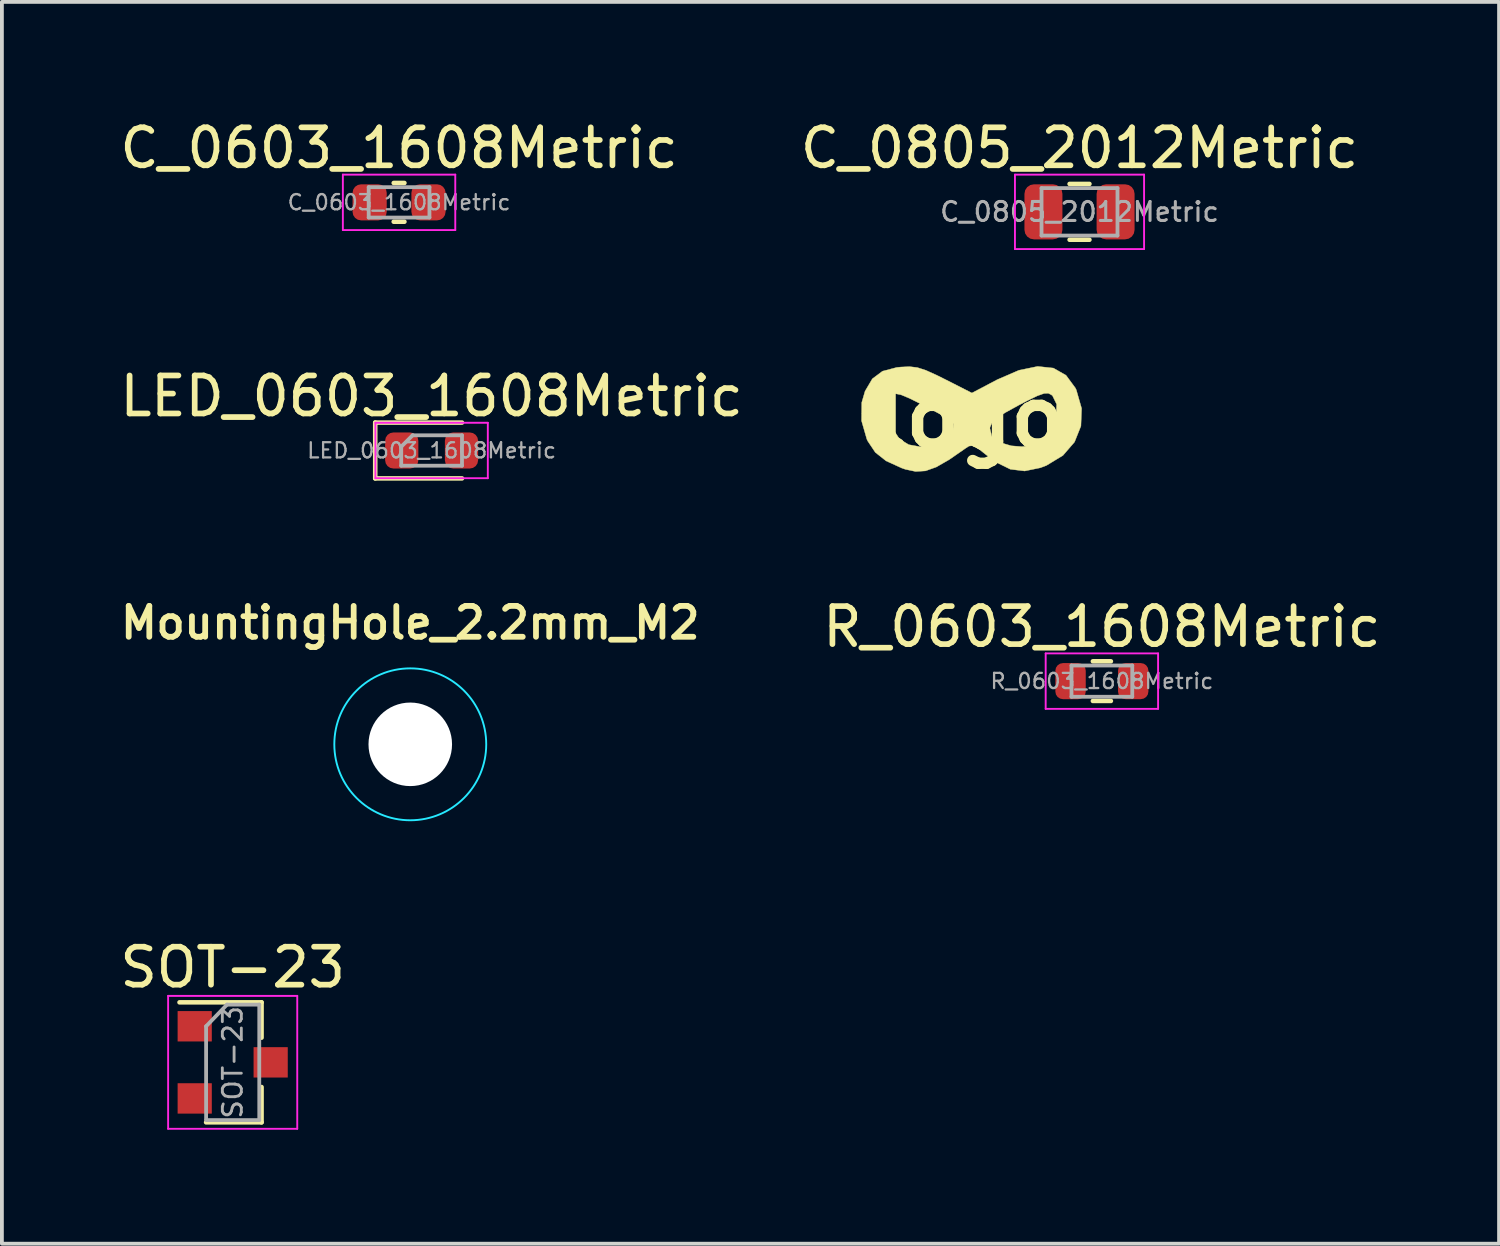
<source format=kicad_pcb>
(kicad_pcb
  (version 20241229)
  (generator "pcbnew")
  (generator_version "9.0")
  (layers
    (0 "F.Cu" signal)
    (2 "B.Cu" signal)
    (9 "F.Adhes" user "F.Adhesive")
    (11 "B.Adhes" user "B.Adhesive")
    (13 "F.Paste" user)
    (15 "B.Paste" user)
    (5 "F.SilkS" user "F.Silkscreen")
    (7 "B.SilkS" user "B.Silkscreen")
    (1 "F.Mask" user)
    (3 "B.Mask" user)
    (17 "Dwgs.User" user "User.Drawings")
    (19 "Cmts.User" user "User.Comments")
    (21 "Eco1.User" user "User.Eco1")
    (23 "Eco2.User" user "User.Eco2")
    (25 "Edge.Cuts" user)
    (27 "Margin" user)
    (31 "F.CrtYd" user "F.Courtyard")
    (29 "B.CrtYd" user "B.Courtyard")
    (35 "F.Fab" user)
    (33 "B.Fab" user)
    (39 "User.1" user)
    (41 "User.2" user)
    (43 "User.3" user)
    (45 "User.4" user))
  (footprint "logo"
    (layer "F.Cu")
    (at 22.491 7.951)
    (property "Reference" "logo" (at 0 0 0) (layer "F.SilkS") (effects (font (size 1.524 1.524) (thickness 0.3))))
    (attr through_hole)
    (fp_poly (pts (xy 2.196 -1.309) (xy 2.528 -1.12) (xy 2.775 -0.785) (xy 2.799 -0.735) (xy 2.939 -0.247) (xy 2.921 0.218) (xy 2.753 0.638) (xy 2.447 0.992) (xy 2.012 1.256) (xy 1.853 1.316) (xy 1.44 1.401) (xy 1.063 1.355) (xy 0.684 1.169) (xy 0.418 0.969) (xy 0.208 0.802) (xy 0.076 0.732) (xy -0.027 0.745) (xy -0.117 0.803) (xy -0.548 1.102) (xy -0.888 1.297) (xy -1.171 1.398) (xy -1.431 1.414) (xy -1.7 1.357) (xy -1.798 1.323) (xy -2.21 1.135) (xy -2.493 0.911) (xy -2.691 0.615) (xy -2.715 0.565) (xy -2.855 0.08) (xy -2.853 -0.116) (xy -2.195 -0.116) (xy -2.09 0.2) (xy -1.885 0.516) (xy -1.837 0.572) (xy -1.612 0.708) (xy -1.296 0.765) (xy -0.951 0.737) (xy -0.722 0.663) (xy -0.555 0.529) (xy -0.45 0.342) (xy -0.444 0.277) (xy 0.524 0.277) (xy 0.575 0.488) (xy 0.77 0.645) (xy 1.089 0.738) (xy 1.361 0.759) (xy 1.652 0.735) (xy 1.846 0.644) (xy 1.922 0.572) (xy 2.148 0.254) (xy 2.27 -0.068) (xy 2.282 -0.357) (xy 2.175 -0.577) (xy 2.147 -0.602) (xy 2.064 -0.646) (xy 1.95 -0.641) (xy 1.772 -0.578) (xy 1.499 -0.445) (xy 1.28 -0.33) (xy 0.929 -0.137) (xy 0.706 0.009) (xy 0.581 0.13) (xy 0.529 0.246) (xy 0.524 0.277) (xy -0.444 0.277) (xy -0.434 0.164) (xy -0.476 0.088) (xy -0.58 0.021) (xy -0.798 -0.102) (xy -1.089 -0.258) (xy -1.247 -0.341) (xy -1.589 -0.511) (xy -1.816 -0.606) (xy -1.961 -0.635) (xy -2.055 -0.607) (xy -2.073 -0.594) (xy -2.192 -0.394) (xy -2.195 -0.116) (xy -2.853 -0.116) (xy -2.85 -0.402) (xy -2.763 -0.701) (xy -2.571 -1.027) (xy -2.304 -1.227) (xy -1.928 -1.326) (xy -1.827 -1.336) (xy -1.591 -1.347) (xy -1.387 -1.323) (xy -1.165 -1.252) (xy -0.873 -1.12) (xy -0.66 -1.014) (xy 0.051 -0.653) (xy 0.717 -1.004) (xy 1.288 -1.251) (xy 1.782 -1.353) (xy 2.196 -1.309)) (stroke (width 0.01) (type solid)) (fill yes) (layer "F.SilkS")))
  (footprint "LED_0603_1608Metric"
    (layer "F.Cu")
    (at 8.315 8.812)
    (property "Reference" "LED_0603_1608Metric" (at 0 -1.43 0) (layer "F.SilkS") (effects (font (size 1 1) (thickness 0.15))))
    (attr smd)
    (fp_line (start -1.485 -0.735) (end -1.485 0.735) (stroke (width 0.12) (type solid)) (layer "F.SilkS"))
    (fp_line (start -1.485 0.735) (end 0.8 0.735) (stroke (width 0.12) (type solid)) (layer "F.SilkS"))
    (fp_line (start 0.8 -0.735) (end -1.485 -0.735) (stroke (width 0.12) (type solid)) (layer "F.SilkS"))
    (fp_line (start -1.48 -0.73) (end 1.48 -0.73) (stroke (width 0.05) (type solid)) (layer "F.CrtYd"))
    (fp_line (start -1.48 0.73) (end -1.48 -0.73) (stroke (width 0.05) (type solid)) (layer "F.CrtYd"))
    (fp_line (start 1.48 -0.73) (end 1.48 0.73) (stroke (width 0.05) (type solid)) (layer "F.CrtYd"))
    (fp_line (start 1.48 0.73) (end -1.48 0.73) (stroke (width 0.05) (type solid)) (layer "F.CrtYd"))
    (fp_line (start -0.8 -0.1) (end -0.8 0.4) (stroke (width 0.1) (type solid)) (layer "F.Fab"))
    (fp_line (start -0.8 0.4) (end 0.8 0.4) (stroke (width 0.1) (type solid)) (layer "F.Fab"))
    (fp_line (start -0.5 -0.4) (end -0.8 -0.1) (stroke (width 0.1) (type solid)) (layer "F.Fab"))
    (fp_line (start 0.8 -0.4) (end -0.5 -0.4) (stroke (width 0.1) (type solid)) (layer "F.Fab"))
    (fp_line (start 0.8 0.4) (end 0.8 -0.4) (stroke (width 0.1) (type solid)) (layer "F.Fab"))
    (fp_text user "${REFERENCE}" (at 0 0 0) (layer "F.Fab") (effects (font (size 0.4 0.4) (thickness 0.06))))
    (pad "1" smd roundrect (at -0.787 0) (size 0.875 0.95) (layers "F.Cu" "F.Mask" "F.Paste") (roundrect_rratio 0.25))
    (pad "2" smd roundrect (at 0.787 0) (size 0.875 0.95) (layers "F.Cu" "F.Mask" "F.Paste") (roundrect_rratio 0.25)))
  (footprint "MountingHole_2.2mm_M2"
    (layer "F.Cu")
    (at 7.753 16.549)
    (property "Reference" "MountingHole_2.2mm_M2" (at 0 -3.2 0) (unlocked yes) (layer "F.SilkS") (effects (font (size 0.813 0.813) (thickness 0.152))))
    (attr through_hole)
    (fp_circle (center 0 0) (end 2 0) (stroke (width 0.05) (type solid)) (fill no) (layer "B.CrtYd"))
    (pad "" np_thru_hole circle (at 0 0) (size 2.2 2.2) (drill 2.2) (layers "*.Cu" "*.Mask")))
  (footprint "SOT-23"
    (layer "F.Cu")
    (at 3.077 24.923)
    (property "Reference" "SOT-23" (at 0 -2.5 180) (layer "F.SilkS") (effects (font (size 1 1) (thickness 0.15))))
    (attr smd)
    (fp_line (start 0.76 -1.58) (end -1.4 -1.58) (stroke (width 0.12) (type solid)) (layer "F.SilkS"))
    (fp_line (start 0.76 -1.58) (end 0.76 -0.65) (stroke (width 0.12) (type solid)) (layer "F.SilkS"))
    (fp_line (start 0.76 1.58) (end -0.7 1.58) (stroke (width 0.12) (type solid)) (layer "F.SilkS"))
    (fp_line (start 0.76 1.58) (end 0.76 0.65) (stroke (width 0.12) (type solid)) (layer "F.SilkS"))
    (fp_line (start -1.7 -1.75) (end 1.7 -1.75) (stroke (width 0.05) (type solid)) (layer "F.CrtYd"))
    (fp_line (start -1.7 1.75) (end -1.7 -1.75) (stroke (width 0.05) (type solid)) (layer "F.CrtYd"))
    (fp_line (start 1.7 -1.75) (end 1.7 1.75) (stroke (width 0.05) (type solid)) (layer "F.CrtYd"))
    (fp_line (start 1.7 1.75) (end -1.7 1.75) (stroke (width 0.05) (type solid)) (layer "F.CrtYd"))
    (fp_line (start -0.7 -0.95) (end -0.7 1.5) (stroke (width 0.1) (type solid)) (layer "F.Fab"))
    (fp_line (start -0.7 -0.95) (end -0.15 -1.52) (stroke (width 0.1) (type solid)) (layer "F.Fab"))
    (fp_line (start -0.7 1.52) (end 0.7 1.52) (stroke (width 0.1) (type solid)) (layer "F.Fab"))
    (fp_line (start -0.15 -1.52) (end 0.7 -1.52) (stroke (width 0.1) (type solid)) (layer "F.Fab"))
    (fp_line (start 0.7 -1.52) (end 0.7 1.52) (stroke (width 0.1) (type solid)) (layer "F.Fab"))
    (fp_text user "${REFERENCE}" (at 0 0 270) (layer "F.Fab") (effects (font (size 0.5 0.5) (thickness 0.075))))
    (pad "1" smd rect (at -1 -0.95) (size 0.9 0.8) (layers "F.Cu" "F.Mask" "F.Paste"))
    (pad "2" smd rect (at -1 0.95) (size 0.9 0.8) (layers "F.Cu" "F.Mask" "F.Paste"))
    (pad "3" smd rect (at 1 0) (size 0.9 0.8) (layers "F.Cu" "F.Mask" "F.Paste")))
  (footprint "C_0603_1608Metric"
    (layer "F.Cu")
    (at 7.458 2.278)
    (property "Reference" "C_0603_1608Metric" (at 0 -1.43 180) (layer "F.SilkS") (effects (font (size 1 1) (thickness 0.15))))
    (attr smd)
    (fp_line (start -0.141 -0.51) (end 0.141 -0.51) (stroke (width 0.12) (type solid)) (layer "F.SilkS"))
    (fp_line (start -0.141 0.51) (end 0.141 0.51) (stroke (width 0.12) (type solid)) (layer "F.SilkS"))
    (fp_line (start -1.48 -0.73) (end 1.48 -0.73) (stroke (width 0.05) (type solid)) (layer "F.CrtYd"))
    (fp_line (start -1.48 0.73) (end -1.48 -0.73) (stroke (width 0.05) (type solid)) (layer "F.CrtYd"))
    (fp_line (start 1.48 -0.73) (end 1.48 0.73) (stroke (width 0.05) (type solid)) (layer "F.CrtYd"))
    (fp_line (start 1.48 0.73) (end -1.48 0.73) (stroke (width 0.05) (type solid)) (layer "F.CrtYd"))
    (fp_line (start -0.8 -0.4) (end 0.8 -0.4) (stroke (width 0.1) (type solid)) (layer "F.Fab"))
    (fp_line (start -0.8 0.4) (end -0.8 -0.4) (stroke (width 0.1) (type solid)) (layer "F.Fab"))
    (fp_line (start 0.8 -0.4) (end 0.8 0.4) (stroke (width 0.1) (type solid)) (layer "F.Fab"))
    (fp_line (start 0.8 0.4) (end -0.8 0.4) (stroke (width 0.1) (type solid)) (layer "F.Fab"))
    (fp_text user "${REFERENCE}" (at 0 0 180) (layer "F.Fab") (effects (font (size 0.4 0.4) (thickness 0.06))))
    (pad "1" smd roundrect (at -0.775 0) (size 0.9 0.95) (layers "F.Cu" "F.Mask" "F.Paste") (roundrect_rratio 0.25))
    (pad "2" smd roundrect (at 0.775 0) (size 0.9 0.95) (layers "F.Cu" "F.Mask" "F.Paste") (roundrect_rratio 0.25)))
  (footprint "C_0805_2012Metric"
    (layer "F.Cu")
    (at 25.375 2.528)
    (property "Reference" "C_0805_2012Metric" (at 0 -1.68 0) (layer "F.SilkS") (effects (font (size 1 1) (thickness 0.15))))
    (attr smd)
    (fp_line (start -0.261 -0.735) (end 0.261 -0.735) (stroke (width 0.12) (type solid)) (layer "F.SilkS"))
    (fp_line (start -0.261 0.735) (end 0.261 0.735) (stroke (width 0.12) (type solid)) (layer "F.SilkS"))
    (fp_line (start -1.7 -0.98) (end 1.7 -0.98) (stroke (width 0.05) (type solid)) (layer "F.CrtYd"))
    (fp_line (start -1.7 0.98) (end -1.7 -0.98) (stroke (width 0.05) (type solid)) (layer "F.CrtYd"))
    (fp_line (start 1.7 -0.98) (end 1.7 0.98) (stroke (width 0.05) (type solid)) (layer "F.CrtYd"))
    (fp_line (start 1.7 0.98) (end -1.7 0.98) (stroke (width 0.05) (type solid)) (layer "F.CrtYd"))
    (fp_line (start -1 -0.625) (end 1 -0.625) (stroke (width 0.1) (type solid)) (layer "F.Fab"))
    (fp_line (start -1 0.625) (end -1 -0.625) (stroke (width 0.1) (type solid)) (layer "F.Fab"))
    (fp_line (start 1 -0.625) (end 1 0.625) (stroke (width 0.1) (type solid)) (layer "F.Fab"))
    (fp_line (start 1 0.625) (end -1 0.625) (stroke (width 0.1) (type solid)) (layer "F.Fab"))
    (fp_text user "${REFERENCE}" (at 0 0 0) (layer "F.Fab") (effects (font (size 0.5 0.5) (thickness 0.08))))
    (pad "1" smd roundrect (at -0.95 0) (size 1 1.45) (layers "F.Cu" "F.Mask" "F.Paste") (roundrect_rratio 0.25))
    (pad "2" smd roundrect (at 0.95 0) (size 1 1.45) (layers "F.Cu" "F.Mask" "F.Paste") (roundrect_rratio 0.25)))
  (footprint "R_0603_1608Metric"
    (layer "F.Cu")
    (at 25.964 14.885)
    (property "Reference" "R_0603_1608Metric" (at 0 -1.43 0) (layer "F.SilkS") (effects (font (size 1 1) (thickness 0.15))))
    (attr smd)
    (fp_line (start -0.237 -0.522) (end 0.237 -0.522) (stroke (width 0.12) (type solid)) (layer "F.SilkS"))
    (fp_line (start -0.237 0.522) (end 0.237 0.522) (stroke (width 0.12) (type solid)) (layer "F.SilkS"))
    (fp_line (start -1.48 -0.73) (end 1.48 -0.73) (stroke (width 0.05) (type solid)) (layer "F.CrtYd"))
    (fp_line (start -1.48 0.73) (end -1.48 -0.73) (stroke (width 0.05) (type solid)) (layer "F.CrtYd"))
    (fp_line (start 1.48 -0.73) (end 1.48 0.73) (stroke (width 0.05) (type solid)) (layer "F.CrtYd"))
    (fp_line (start 1.48 0.73) (end -1.48 0.73) (stroke (width 0.05) (type solid)) (layer "F.CrtYd"))
    (fp_line (start -0.8 -0.412) (end 0.8 -0.412) (stroke (width 0.1) (type solid)) (layer "F.Fab"))
    (fp_line (start -0.8 0.412) (end -0.8 -0.412) (stroke (width 0.1) (type solid)) (layer "F.Fab"))
    (fp_line (start 0.8 -0.412) (end 0.8 0.412) (stroke (width 0.1) (type solid)) (layer "F.Fab"))
    (fp_line (start 0.8 0.412) (end -0.8 0.412) (stroke (width 0.1) (type solid)) (layer "F.Fab"))
    (fp_text user "${REFERENCE}" (at 0 0 0) (layer "F.Fab") (effects (font (size 0.4 0.4) (thickness 0.06))))
    (pad "1" smd roundrect (at -0.825 0) (size 0.8 0.95) (layers "F.Cu" "F.Mask" "F.Paste") (roundrect_rratio 0.25))
    (pad "2" smd roundrect (at 0.825 0) (size 0.8 0.95) (layers "F.Cu" "F.Mask" "F.Paste") (roundrect_rratio 0.25)))
  (gr_rect
    (start -3 -3)
    (end 36.422 29.698)
    (stroke (width 0.1) (type default))
    (fill no)
    (layer "Edge.Cuts")))
</source>
